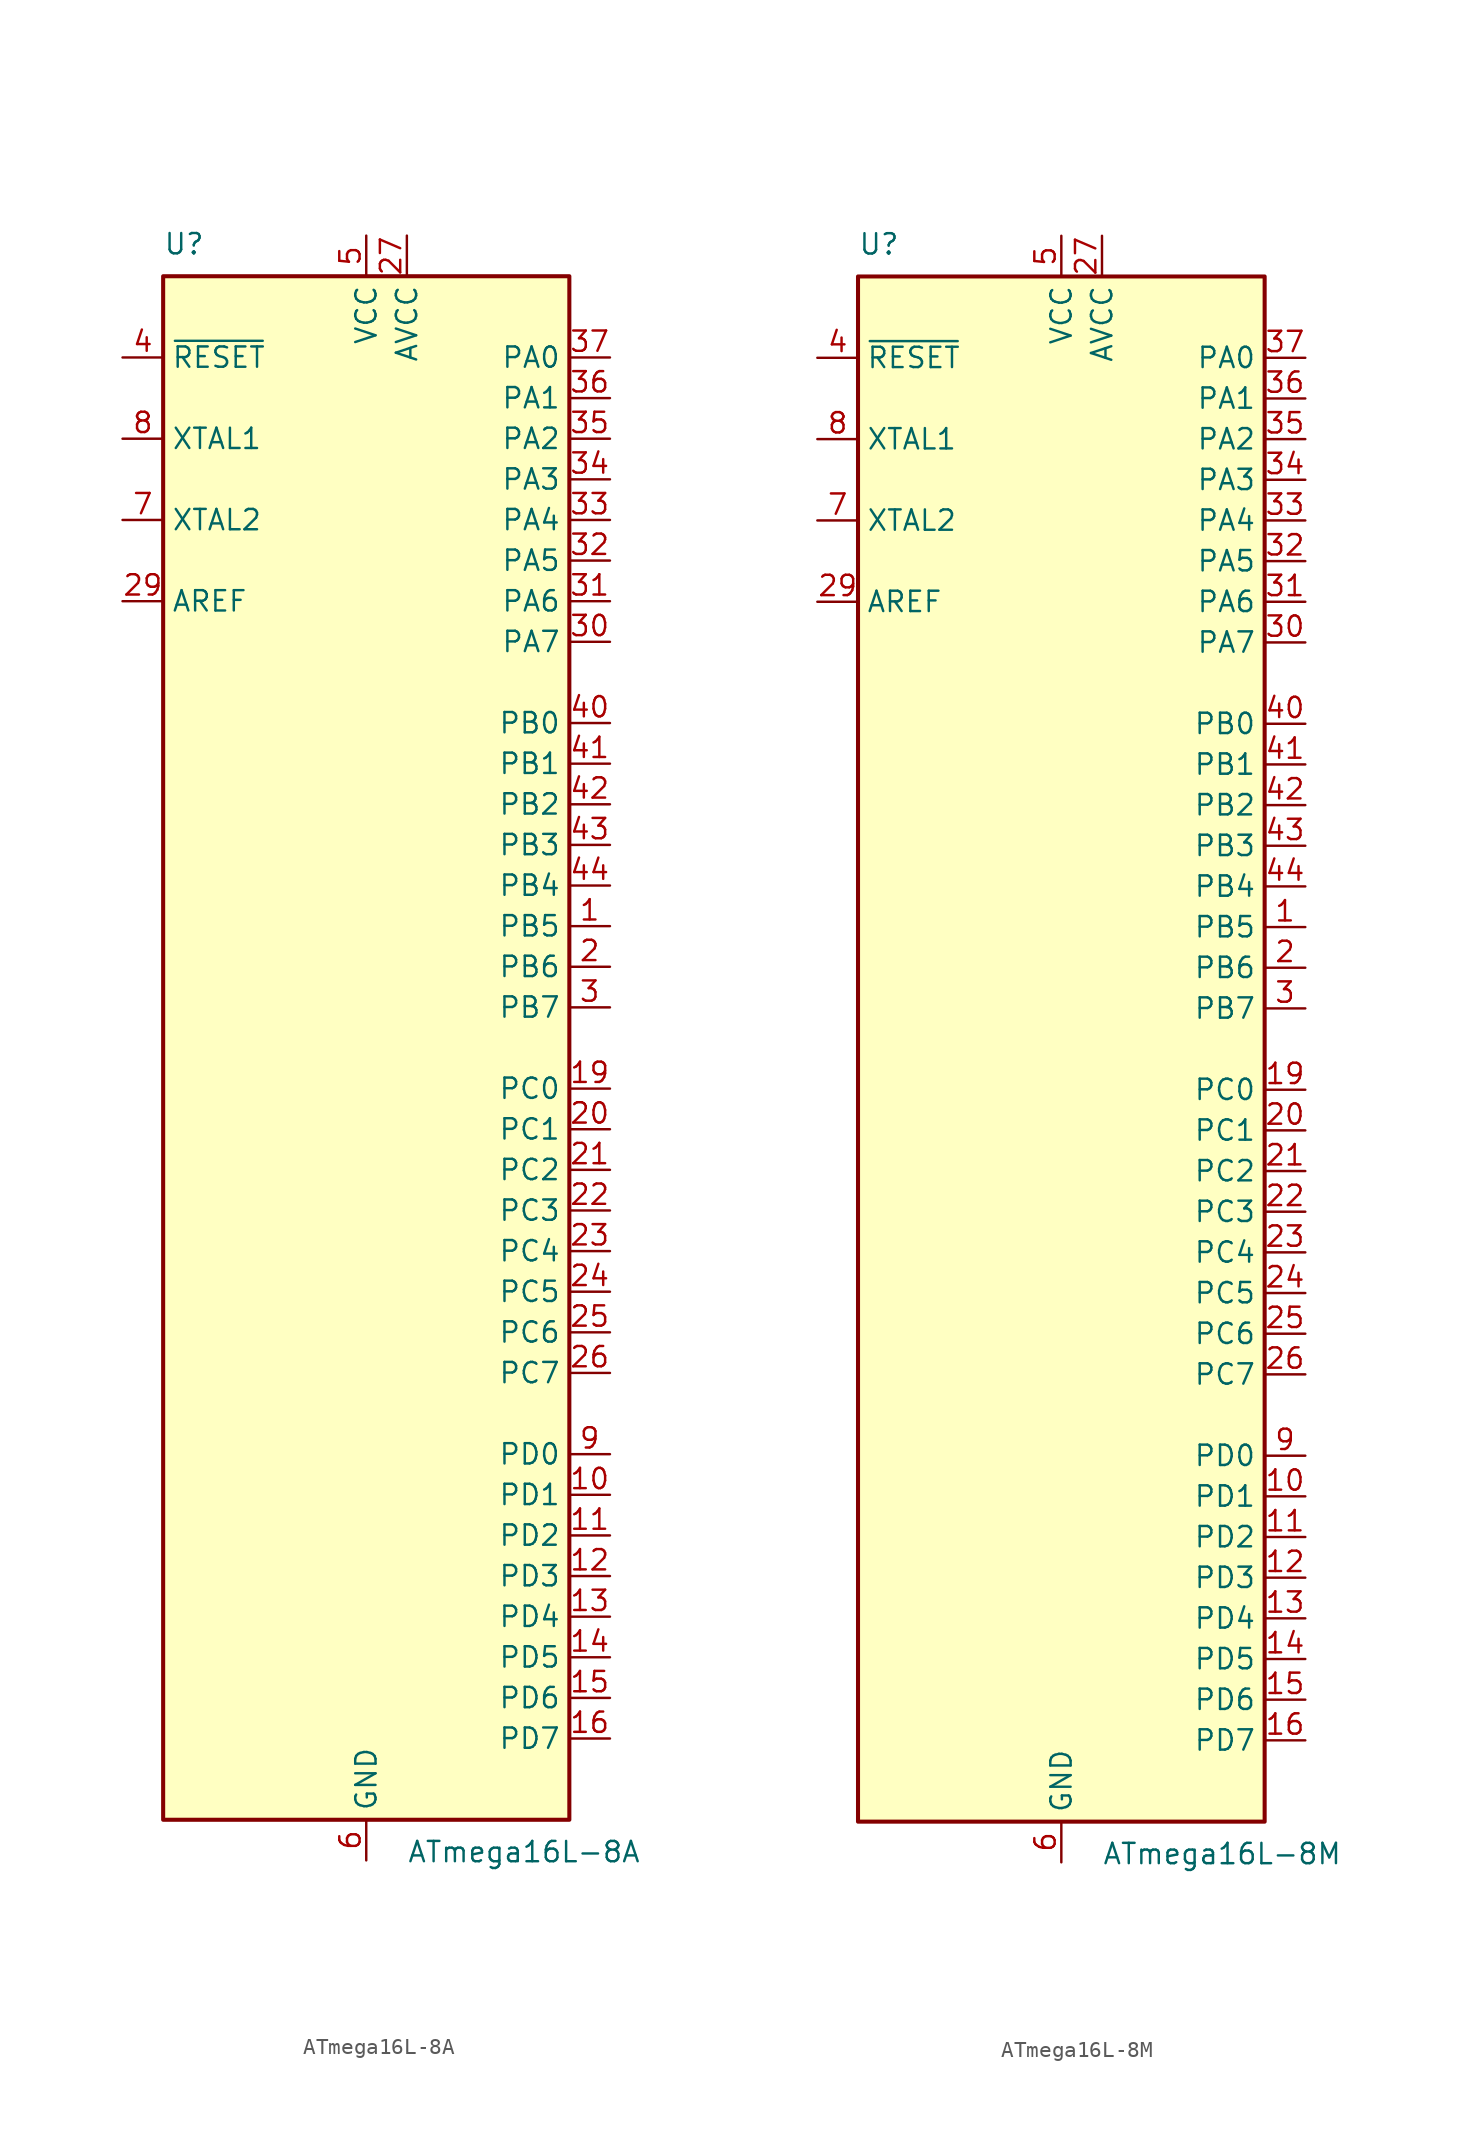
<source format=kicad_sym>
(kicad_symbol_lib
  (version 20211014)
  (generator kicad_symbol_editor)
  (symbol "ATmega16L-8A"
    (property "Reference" "U"
      (at -12.7 49.53 0)
      (effects (font (size 1.27 1.27)) (justify left bottom)))
    (property "Value" "ATmega16L-8A"
      (at 2.54 -49.53 0)
      (effects (font (size 1.27 1.27)) (justify left top)))
    (symbol "ATmega16L-8A_0_1"
      (rectangle (start -12.7 -48.26) (end 12.7 48.26) (stroke (width 0.254) (type default) (color 0 0 0 0)) (fill (type background))))
    (symbol "ATmega16L-8A_1_1"
      (pin bidirectional line (at 15.24 7.62 180) (length 2.54) (name "PB5" (effects (font (size 1.27 1.27)))) (number "1" (effects (font (size 1.27 1.27)))))
      (pin bidirectional line (at 15.24 -27.94 180) (length 2.54) (name "PD1" (effects (font (size 1.27 1.27)))) (number "10" (effects (font (size 1.27 1.27)))))
      (pin bidirectional line (at 15.24 -30.48 180) (length 2.54) (name "PD2" (effects (font (size 1.27 1.27)))) (number "11" (effects (font (size 1.27 1.27)))))
      (pin bidirectional line (at 15.24 -33.02 180) (length 2.54) (name "PD3" (effects (font (size 1.27 1.27)))) (number "12" (effects (font (size 1.27 1.27)))))
      (pin bidirectional line (at 15.24 -35.56 180) (length 2.54) (name "PD4" (effects (font (size 1.27 1.27)))) (number "13" (effects (font (size 1.27 1.27)))))
      (pin bidirectional line (at 15.24 -38.1 180) (length 2.54) (name "PD5" (effects (font (size 1.27 1.27)))) (number "14" (effects (font (size 1.27 1.27)))))
      (pin bidirectional line (at 15.24 -40.64 180) (length 2.54) (name "PD6" (effects (font (size 1.27 1.27)))) (number "15" (effects (font (size 1.27 1.27)))))
      (pin bidirectional line (at 15.24 -43.18 180) (length 2.54) (name "PD7" (effects (font (size 1.27 1.27)))) (number "16" (effects (font (size 1.27 1.27)))))
      (pin passive line (at 0 50.8 270) (length 2.54) hide (name "VCC" (effects (font (size 1.27 1.27)))) (number "17" (effects (font (size 1.27 1.27)))))
      (pin passive line (at 0 -50.8 90) (length 2.54) hide (name "GND" (effects (font (size 1.27 1.27)))) (number "18" (effects (font (size 1.27 1.27)))))
      (pin bidirectional line (at 15.24 -2.54 180) (length 2.54) (name "PC0" (effects (font (size 1.27 1.27)))) (number "19" (effects (font (size 1.27 1.27)))))
      (pin bidirectional line (at 15.24 5.08 180) (length 2.54) (name "PB6" (effects (font (size 1.27 1.27)))) (number "2" (effects (font (size 1.27 1.27)))))
      (pin bidirectional line (at 15.24 -5.08 180) (length 2.54) (name "PC1" (effects (font (size 1.27 1.27)))) (number "20" (effects (font (size 1.27 1.27)))))
      (pin bidirectional line (at 15.24 -7.62 180) (length 2.54) (name "PC2" (effects (font (size 1.27 1.27)))) (number "21" (effects (font (size 1.27 1.27)))))
      (pin bidirectional line (at 15.24 -10.16 180) (length 2.54) (name "PC3" (effects (font (size 1.27 1.27)))) (number "22" (effects (font (size 1.27 1.27)))))
      (pin bidirectional line (at 15.24 -12.7 180) (length 2.54) (name "PC4" (effects (font (size 1.27 1.27)))) (number "23" (effects (font (size 1.27 1.27)))))
      (pin bidirectional line (at 15.24 -15.24 180) (length 2.54) (name "PC5" (effects (font (size 1.27 1.27)))) (number "24" (effects (font (size 1.27 1.27)))))
      (pin bidirectional line (at 15.24 -17.78 180) (length 2.54) (name "PC6" (effects (font (size 1.27 1.27)))) (number "25" (effects (font (size 1.27 1.27)))))
      (pin bidirectional line (at 15.24 -20.32 180) (length 2.54) (name "PC7" (effects (font (size 1.27 1.27)))) (number "26" (effects (font (size 1.27 1.27)))))
      (pin power_in line (at 2.54 50.8 270) (length 2.54) (name "AVCC" (effects (font (size 1.27 1.27)))) (number "27" (effects (font (size 1.27 1.27)))))
      (pin passive line (at 0 -50.8 90) (length 2.54) hide (name "GND" (effects (font (size 1.27 1.27)))) (number "28" (effects (font (size 1.27 1.27)))))
      (pin passive line (at -15.24 27.94 0) (length 2.54) (name "AREF" (effects (font (size 1.27 1.27)))) (number "29" (effects (font (size 1.27 1.27)))))
      (pin bidirectional line (at 15.24 2.54 180) (length 2.54) (name "PB7" (effects (font (size 1.27 1.27)))) (number "3" (effects (font (size 1.27 1.27)))))
      (pin bidirectional line (at 15.24 25.4 180) (length 2.54) (name "PA7" (effects (font (size 1.27 1.27)))) (number "30" (effects (font (size 1.27 1.27)))))
      (pin bidirectional line (at 15.24 27.94 180) (length 2.54) (name "PA6" (effects (font (size 1.27 1.27)))) (number "31" (effects (font (size 1.27 1.27)))))
      (pin bidirectional line (at 15.24 30.48 180) (length 2.54) (name "PA5" (effects (font (size 1.27 1.27)))) (number "32" (effects (font (size 1.27 1.27)))))
      (pin bidirectional line (at 15.24 33.02 180) (length 2.54) (name "PA4" (effects (font (size 1.27 1.27)))) (number "33" (effects (font (size 1.27 1.27)))))
      (pin bidirectional line (at 15.24 35.56 180) (length 2.54) (name "PA3" (effects (font (size 1.27 1.27)))) (number "34" (effects (font (size 1.27 1.27)))))
      (pin bidirectional line (at 15.24 38.1 180) (length 2.54) (name "PA2" (effects (font (size 1.27 1.27)))) (number "35" (effects (font (size 1.27 1.27)))))
      (pin bidirectional line (at 15.24 40.64 180) (length 2.54) (name "PA1" (effects (font (size 1.27 1.27)))) (number "36" (effects (font (size 1.27 1.27)))))
      (pin bidirectional line (at 15.24 43.18 180) (length 2.54) (name "PA0" (effects (font (size 1.27 1.27)))) (number "37" (effects (font (size 1.27 1.27)))))
      (pin passive line (at 0 50.8 270) (length 2.54) hide (name "VCC" (effects (font (size 1.27 1.27)))) (number "38" (effects (font (size 1.27 1.27)))))
      (pin passive line (at 0 -50.8 90) (length 2.54) hide (name "GND" (effects (font (size 1.27 1.27)))) (number "39" (effects (font (size 1.27 1.27)))))
      (pin input line (at -15.24 43.18 0) (length 2.54) (name "~{RESET}" (effects (font (size 1.27 1.27)))) (number "4" (effects (font (size 1.27 1.27)))))
      (pin bidirectional line (at 15.24 20.32 180) (length 2.54) (name "PB0" (effects (font (size 1.27 1.27)))) (number "40" (effects (font (size 1.27 1.27)))))
      (pin bidirectional line (at 15.24 17.78 180) (length 2.54) (name "PB1" (effects (font (size 1.27 1.27)))) (number "41" (effects (font (size 1.27 1.27)))))
      (pin bidirectional line (at 15.24 15.24 180) (length 2.54) (name "PB2" (effects (font (size 1.27 1.27)))) (number "42" (effects (font (size 1.27 1.27)))))
      (pin bidirectional line (at 15.24 12.7 180) (length 2.54) (name "PB3" (effects (font (size 1.27 1.27)))) (number "43" (effects (font (size 1.27 1.27)))))
      (pin bidirectional line (at 15.24 10.16 180) (length 2.54) (name "PB4" (effects (font (size 1.27 1.27)))) (number "44" (effects (font (size 1.27 1.27)))))
      (pin power_in line (at 0 50.8 270) (length 2.54) (name "VCC" (effects (font (size 1.27 1.27)))) (number "5" (effects (font (size 1.27 1.27)))))
      (pin power_in line (at 0 -50.8 90) (length 2.54) (name "GND" (effects (font (size 1.27 1.27)))) (number "6" (effects (font (size 1.27 1.27)))))
      (pin output line (at -15.24 33.02 0) (length 2.54) (name "XTAL2" (effects (font (size 1.27 1.27)))) (number "7" (effects (font (size 1.27 1.27)))))
      (pin input line (at -15.24 38.1 0) (length 2.54) (name "XTAL1" (effects (font (size 1.27 1.27)))) (number "8" (effects (font (size 1.27 1.27)))))
      (pin bidirectional line (at 15.24 -25.4 180) (length 2.54) (name "PD0" (effects (font (size 1.27 1.27)))) (number "9" (effects (font (size 1.27 1.27)))))))
  (symbol "ATmega16L-8M"
    (property "Reference" "U"
      (at -12.7 49.53 0)
      (effects (font (size 1.27 1.27)) (justify left bottom)))
    (property "Value" "ATmega16L-8M"
      (at 2.54 -49.53 0)
      (effects (font (size 1.27 1.27)) (justify left top)))
    (symbol "ATmega16L-8M_0_1"
      (rectangle (start -12.7 -48.26) (end 12.7 48.26) (stroke (width 0.254) (type default) (color 0 0 0 0)) (fill (type background))))
    (symbol "ATmega16L-8M_1_1"
      (pin bidirectional line (at 15.24 7.62 180) (length 2.54) (name "PB5" (effects (font (size 1.27 1.27)))) (number "1" (effects (font (size 1.27 1.27)))))
      (pin bidirectional line (at 15.24 -27.94 180) (length 2.54) (name "PD1" (effects (font (size 1.27 1.27)))) (number "10" (effects (font (size 1.27 1.27)))))
      (pin bidirectional line (at 15.24 -30.48 180) (length 2.54) (name "PD2" (effects (font (size 1.27 1.27)))) (number "11" (effects (font (size 1.27 1.27)))))
      (pin bidirectional line (at 15.24 -33.02 180) (length 2.54) (name "PD3" (effects (font (size 1.27 1.27)))) (number "12" (effects (font (size 1.27 1.27)))))
      (pin bidirectional line (at 15.24 -35.56 180) (length 2.54) (name "PD4" (effects (font (size 1.27 1.27)))) (number "13" (effects (font (size 1.27 1.27)))))
      (pin bidirectional line (at 15.24 -38.1 180) (length 2.54) (name "PD5" (effects (font (size 1.27 1.27)))) (number "14" (effects (font (size 1.27 1.27)))))
      (pin bidirectional line (at 15.24 -40.64 180) (length 2.54) (name "PD6" (effects (font (size 1.27 1.27)))) (number "15" (effects (font (size 1.27 1.27)))))
      (pin bidirectional line (at 15.24 -43.18 180) (length 2.54) (name "PD7" (effects (font (size 1.27 1.27)))) (number "16" (effects (font (size 1.27 1.27)))))
      (pin passive line (at 0 50.8 270) (length 2.54) hide (name "VCC" (effects (font (size 1.27 1.27)))) (number "17" (effects (font (size 1.27 1.27)))))
      (pin passive line (at 0 -50.8 90) (length 2.54) hide (name "GND" (effects (font (size 1.27 1.27)))) (number "18" (effects (font (size 1.27 1.27)))))
      (pin bidirectional line (at 15.24 -2.54 180) (length 2.54) (name "PC0" (effects (font (size 1.27 1.27)))) (number "19" (effects (font (size 1.27 1.27)))))
      (pin bidirectional line (at 15.24 5.08 180) (length 2.54) (name "PB6" (effects (font (size 1.27 1.27)))) (number "2" (effects (font (size 1.27 1.27)))))
      (pin bidirectional line (at 15.24 -5.08 180) (length 2.54) (name "PC1" (effects (font (size 1.27 1.27)))) (number "20" (effects (font (size 1.27 1.27)))))
      (pin bidirectional line (at 15.24 -7.62 180) (length 2.54) (name "PC2" (effects (font (size 1.27 1.27)))) (number "21" (effects (font (size 1.27 1.27)))))
      (pin bidirectional line (at 15.24 -10.16 180) (length 2.54) (name "PC3" (effects (font (size 1.27 1.27)))) (number "22" (effects (font (size 1.27 1.27)))))
      (pin bidirectional line (at 15.24 -12.7 180) (length 2.54) (name "PC4" (effects (font (size 1.27 1.27)))) (number "23" (effects (font (size 1.27 1.27)))))
      (pin bidirectional line (at 15.24 -15.24 180) (length 2.54) (name "PC5" (effects (font (size 1.27 1.27)))) (number "24" (effects (font (size 1.27 1.27)))))
      (pin bidirectional line (at 15.24 -17.78 180) (length 2.54) (name "PC6" (effects (font (size 1.27 1.27)))) (number "25" (effects (font (size 1.27 1.27)))))
      (pin bidirectional line (at 15.24 -20.32 180) (length 2.54) (name "PC7" (effects (font (size 1.27 1.27)))) (number "26" (effects (font (size 1.27 1.27)))))
      (pin power_in line (at 2.54 50.8 270) (length 2.54) (name "AVCC" (effects (font (size 1.27 1.27)))) (number "27" (effects (font (size 1.27 1.27)))))
      (pin passive line (at 0 -50.8 90) (length 2.54) hide (name "GND" (effects (font (size 1.27 1.27)))) (number "28" (effects (font (size 1.27 1.27)))))
      (pin passive line (at -15.24 27.94 0) (length 2.54) (name "AREF" (effects (font (size 1.27 1.27)))) (number "29" (effects (font (size 1.27 1.27)))))
      (pin bidirectional line (at 15.24 2.54 180) (length 2.54) (name "PB7" (effects (font (size 1.27 1.27)))) (number "3" (effects (font (size 1.27 1.27)))))
      (pin bidirectional line (at 15.24 25.4 180) (length 2.54) (name "PA7" (effects (font (size 1.27 1.27)))) (number "30" (effects (font (size 1.27 1.27)))))
      (pin bidirectional line (at 15.24 27.94 180) (length 2.54) (name "PA6" (effects (font (size 1.27 1.27)))) (number "31" (effects (font (size 1.27 1.27)))))
      (pin bidirectional line (at 15.24 30.48 180) (length 2.54) (name "PA5" (effects (font (size 1.27 1.27)))) (number "32" (effects (font (size 1.27 1.27)))))
      (pin bidirectional line (at 15.24 33.02 180) (length 2.54) (name "PA4" (effects (font (size 1.27 1.27)))) (number "33" (effects (font (size 1.27 1.27)))))
      (pin bidirectional line (at 15.24 35.56 180) (length 2.54) (name "PA3" (effects (font (size 1.27 1.27)))) (number "34" (effects (font (size 1.27 1.27)))))
      (pin bidirectional line (at 15.24 38.1 180) (length 2.54) (name "PA2" (effects (font (size 1.27 1.27)))) (number "35" (effects (font (size 1.27 1.27)))))
      (pin bidirectional line (at 15.24 40.64 180) (length 2.54) (name "PA1" (effects (font (size 1.27 1.27)))) (number "36" (effects (font (size 1.27 1.27)))))
      (pin bidirectional line (at 15.24 43.18 180) (length 2.54) (name "PA0" (effects (font (size 1.27 1.27)))) (number "37" (effects (font (size 1.27 1.27)))))
      (pin passive line (at 0 50.8 270) (length 2.54) hide (name "VCC" (effects (font (size 1.27 1.27)))) (number "38" (effects (font (size 1.27 1.27)))))
      (pin passive line (at 0 -50.8 90) (length 2.54) hide (name "GND" (effects (font (size 1.27 1.27)))) (number "39" (effects (font (size 1.27 1.27)))))
      (pin input line (at -15.24 43.18 0) (length 2.54) (name "~{RESET}" (effects (font (size 1.27 1.27)))) (number "4" (effects (font (size 1.27 1.27)))))
      (pin bidirectional line (at 15.24 20.32 180) (length 2.54) (name "PB0" (effects (font (size 1.27 1.27)))) (number "40" (effects (font (size 1.27 1.27)))))
      (pin bidirectional line (at 15.24 17.78 180) (length 2.54) (name "PB1" (effects (font (size 1.27 1.27)))) (number "41" (effects (font (size 1.27 1.27)))))
      (pin bidirectional line (at 15.24 15.24 180) (length 2.54) (name "PB2" (effects (font (size 1.27 1.27)))) (number "42" (effects (font (size 1.27 1.27)))))
      (pin bidirectional line (at 15.24 12.7 180) (length 2.54) (name "PB3" (effects (font (size 1.27 1.27)))) (number "43" (effects (font (size 1.27 1.27)))))
      (pin bidirectional line (at 15.24 10.16 180) (length 2.54) (name "PB4" (effects (font (size 1.27 1.27)))) (number "44" (effects (font (size 1.27 1.27)))))
      (pin passive line (at 0 -50.8 90) (length 2.54) hide (name "GND" (effects (font (size 1.27 1.27)))) (number "45" (effects (font (size 1.27 1.27)))))
      (pin power_in line (at 0 50.8 270) (length 2.54) (name "VCC" (effects (font (size 1.27 1.27)))) (number "5" (effects (font (size 1.27 1.27)))))
      (pin power_in line (at 0 -50.8 90) (length 2.54) (name "GND" (effects (font (size 1.27 1.27)))) (number "6" (effects (font (size 1.27 1.27)))))
      (pin output line (at -15.24 33.02 0) (length 2.54) (name "XTAL2" (effects (font (size 1.27 1.27)))) (number "7" (effects (font (size 1.27 1.27)))))
      (pin input line (at -15.24 38.1 0) (length 2.54) (name "XTAL1" (effects (font (size 1.27 1.27)))) (number "8" (effects (font (size 1.27 1.27)))))
      (pin bidirectional line (at 15.24 -25.4 180) (length 2.54) (name "PD0" (effects (font (size 1.27 1.27)))) (number "9" (effects (font (size 1.27 1.27))))))))
</source>
